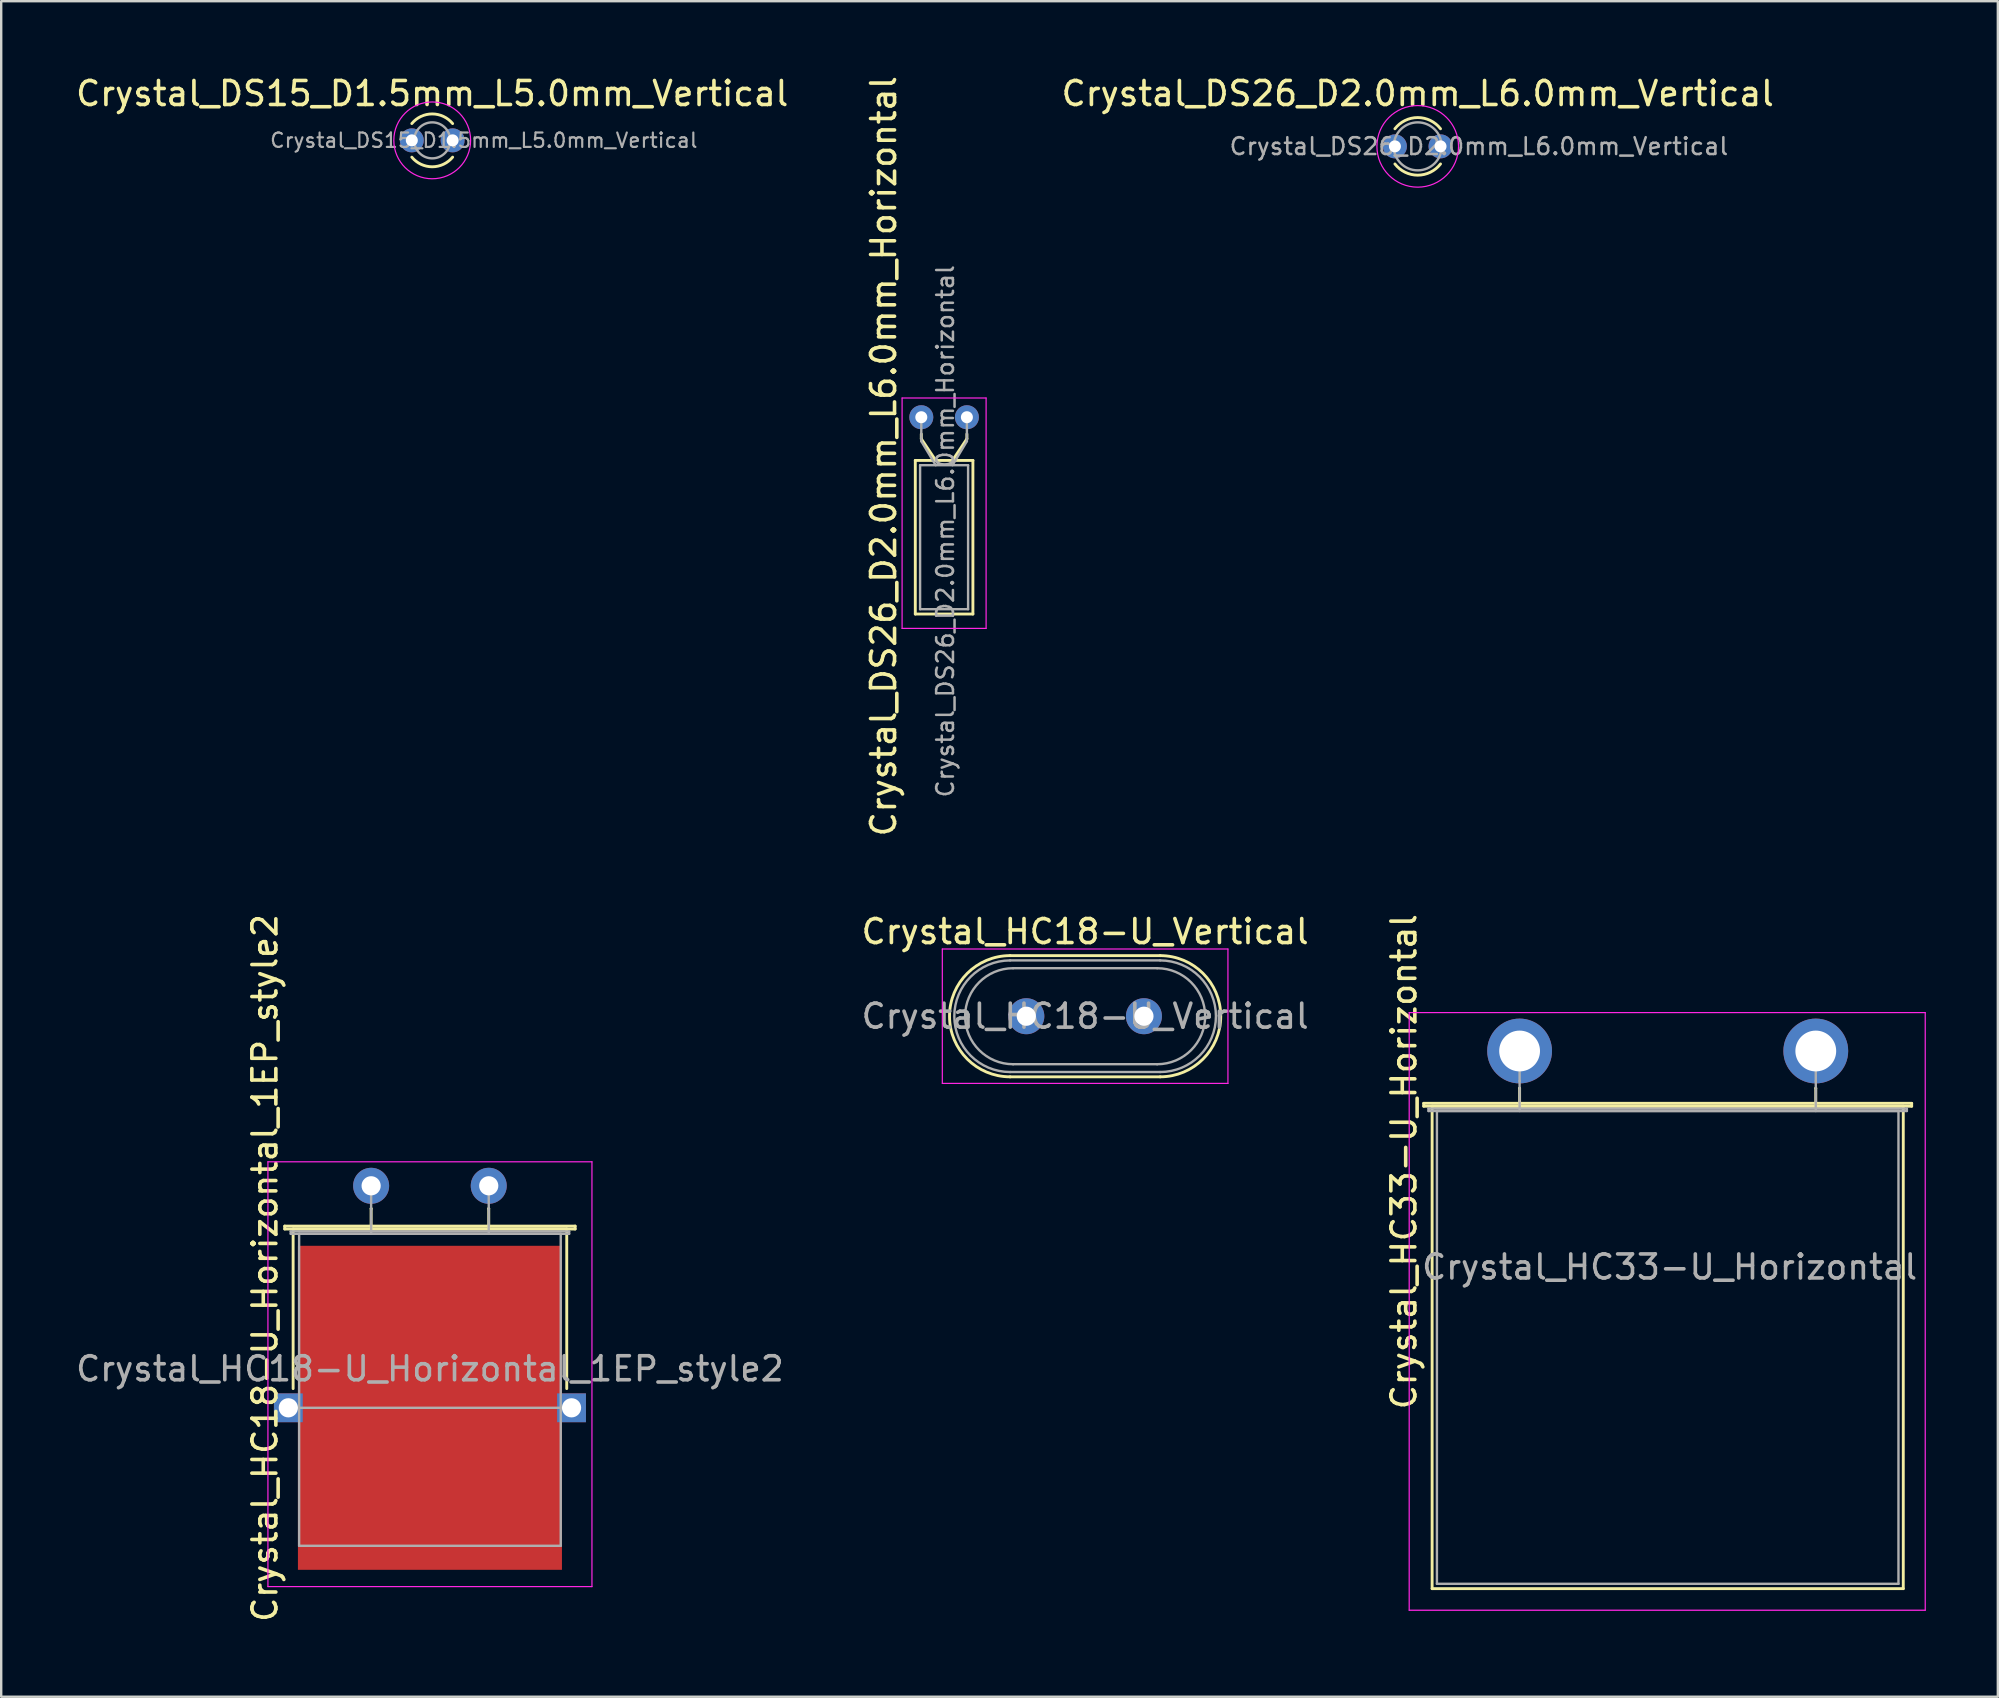
<source format=kicad_pcb>
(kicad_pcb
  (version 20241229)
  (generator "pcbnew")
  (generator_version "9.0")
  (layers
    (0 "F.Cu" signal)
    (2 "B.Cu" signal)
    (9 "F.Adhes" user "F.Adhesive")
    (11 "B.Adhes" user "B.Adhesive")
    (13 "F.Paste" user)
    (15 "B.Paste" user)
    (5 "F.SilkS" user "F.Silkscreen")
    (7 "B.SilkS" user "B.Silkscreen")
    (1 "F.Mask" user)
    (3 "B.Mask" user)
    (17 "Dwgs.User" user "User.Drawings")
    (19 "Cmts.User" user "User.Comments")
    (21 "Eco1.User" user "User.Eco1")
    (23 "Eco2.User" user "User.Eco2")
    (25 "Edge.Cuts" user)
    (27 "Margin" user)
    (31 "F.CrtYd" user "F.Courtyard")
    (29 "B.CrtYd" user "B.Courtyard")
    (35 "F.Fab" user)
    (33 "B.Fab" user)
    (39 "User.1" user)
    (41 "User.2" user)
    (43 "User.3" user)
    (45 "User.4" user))
  (footprint "Crystal_DS26_D2.0mm_L6.0mm_Horizontal"
    (layer "F.Cu")
    (at 35.335 14.333)
    (property "Reference" "Crystal_DS26_D2.0mm_L6.0mm_Horizontal" (at -1.57 1.625 90) (layer "F.SilkS") (effects (font (size 1 1) (thickness 0.15))))
    (attr through_hole)
    (fp_line (start -0.25 1.8) (end -0.25 8.2) (stroke (width 0.12) (type solid)) (layer "F.SilkS"))
    (fp_line (start -0.25 8.2) (end 2.15 8.2) (stroke (width 0.12) (type solid)) (layer "F.SilkS"))
    (fp_line (start 0 0.9) (end 0 0.7) (stroke (width 0.12) (type solid)) (layer "F.SilkS"))
    (fp_line (start 0.6 1.8) (end 0 0.9) (stroke (width 0.12) (type solid)) (layer "F.SilkS"))
    (fp_line (start 1.3 1.8) (end 1.9 0.9) (stroke (width 0.12) (type solid)) (layer "F.SilkS"))
    (fp_line (start 1.9 0.9) (end 1.9 0.7) (stroke (width 0.12) (type solid)) (layer "F.SilkS"))
    (fp_line (start 2.15 1.8) (end -0.25 1.8) (stroke (width 0.12) (type solid)) (layer "F.SilkS"))
    (fp_line (start 2.15 8.2) (end 2.15 1.8) (stroke (width 0.12) (type solid)) (layer "F.SilkS"))
    (fp_line (start -0.8 -0.8) (end -0.8 8.8) (stroke (width 0.05) (type solid)) (layer "F.CrtYd"))
    (fp_line (start -0.8 8.8) (end 2.7 8.8) (stroke (width 0.05) (type solid)) (layer "F.CrtYd"))
    (fp_line (start 2.7 -0.8) (end -0.8 -0.8) (stroke (width 0.05) (type solid)) (layer "F.CrtYd"))
    (fp_line (start 2.7 8.8) (end 2.7 -0.8) (stroke (width 0.05) (type solid)) (layer "F.CrtYd"))
    (fp_line (start -0.05 2) (end -0.05 8) (stroke (width 0.1) (type solid)) (layer "F.Fab"))
    (fp_line (start -0.05 8) (end 1.95 8) (stroke (width 0.1) (type solid)) (layer "F.Fab"))
    (fp_line (start 0 1) (end 0 0) (stroke (width 0.1) (type solid)) (layer "F.Fab"))
    (fp_line (start 0.6 2) (end 0 1) (stroke (width 0.1) (type solid)) (layer "F.Fab"))
    (fp_line (start 1.3 2) (end 1.9 1) (stroke (width 0.1) (type solid)) (layer "F.Fab"))
    (fp_line (start 1.9 1) (end 1.9 0) (stroke (width 0.1) (type solid)) (layer "F.Fab"))
    (fp_line (start 1.95 2) (end -0.05 2) (stroke (width 0.1) (type solid)) (layer "F.Fab"))
    (fp_line (start 1.95 8) (end 1.95 2) (stroke (width 0.1) (type solid)) (layer "F.Fab"))
    (fp_text user "${REFERENCE}" (at 1 4.75 90) (layer "F.Fab") (effects (font (size 0.7 0.7) (thickness 0.105))))
    (pad "1" thru_hole circle (at 0 0) (size 1 1) (drill 0.5) (layers "*.Cu" "*.Mask"))
    (pad "2" thru_hole circle (at 1.9 0) (size 1 1) (drill 0.5) (layers "*.Cu" "*.Mask")))
  (footprint "Crystal_HC33-U_Horizontal"
    (layer "F.Cu")
    (at 60.263 40.739)
    (property "Reference" "Crystal_HC33-U_Horizontal" (at -4.82 4.612 90) (layer "F.SilkS") (effects (font (size 1 1) (thickness 0.15))))
    (attr through_hole)
    (fp_line (start -3.995 2.18) (end 16.335 2.18) (stroke (width 0.12) (type solid)) (layer "F.SilkS"))
    (fp_line (start -3.995 2.3) (end -3.995 2.18) (stroke (width 0.12) (type solid)) (layer "F.SilkS"))
    (fp_line (start -3.645 2.3) (end -3.645 22.4) (stroke (width 0.12) (type solid)) (layer "F.SilkS"))
    (fp_line (start -3.645 22.4) (end 15.985 22.4) (stroke (width 0.12) (type solid)) (layer "F.SilkS"))
    (fp_line (start 0 1.55) (end 0 1.55) (stroke (width 0.12) (type solid)) (layer "F.SilkS"))
    (fp_line (start 0 2.3) (end 0 1.55) (stroke (width 0.12) (type solid)) (layer "F.SilkS"))
    (fp_line (start 12.34 1.55) (end 12.34 1.55) (stroke (width 0.12) (type solid)) (layer "F.SilkS"))
    (fp_line (start 12.34 2.3) (end 12.34 1.55) (stroke (width 0.12) (type solid)) (layer "F.SilkS"))
    (fp_line (start 15.985 2.3) (end -3.645 2.3) (stroke (width 0.12) (type solid)) (layer "F.SilkS"))
    (fp_line (start 15.985 22.4) (end 15.985 2.3) (stroke (width 0.12) (type solid)) (layer "F.SilkS"))
    (fp_line (start 16.335 2.18) (end 16.335 2.3) (stroke (width 0.12) (type solid)) (layer "F.SilkS"))
    (fp_line (start 16.335 2.3) (end -3.995 2.3) (stroke (width 0.12) (type solid)) (layer "F.SilkS"))
    (fp_line (start -4.6 -1.6) (end -4.6 23.3) (stroke (width 0.05) (type solid)) (layer "F.CrtYd"))
    (fp_line (start -4.6 23.3) (end 16.9 23.3) (stroke (width 0.05) (type solid)) (layer "F.CrtYd"))
    (fp_line (start 16.9 -1.6) (end -4.6 -1.6) (stroke (width 0.05) (type solid)) (layer "F.CrtYd"))
    (fp_line (start 16.9 23.3) (end 16.9 -1.6) (stroke (width 0.05) (type solid)) (layer "F.CrtYd"))
    (fp_line (start -3.795 2.4) (end 16.135 2.4) (stroke (width 0.1) (type solid)) (layer "F.Fab"))
    (fp_line (start -3.795 2.5) (end -3.795 2.4) (stroke (width 0.1) (type solid)) (layer "F.Fab"))
    (fp_line (start -3.445 2.5) (end -3.445 22.2) (stroke (width 0.1) (type solid)) (layer "F.Fab"))
    (fp_line (start -3.445 22.2) (end 15.785 22.2) (stroke (width 0.1) (type solid)) (layer "F.Fab"))
    (fp_line (start 0 1.25) (end 0 0) (stroke (width 0.1) (type solid)) (layer "F.Fab"))
    (fp_line (start 0 2.5) (end 0 1.25) (stroke (width 0.1) (type solid)) (layer "F.Fab"))
    (fp_line (start 12.34 1.25) (end 12.34 0) (stroke (width 0.1) (type solid)) (layer "F.Fab"))
    (fp_line (start 12.34 2.5) (end 12.34 1.25) (stroke (width 0.1) (type solid)) (layer "F.Fab"))
    (fp_line (start 15.785 2.5) (end -3.445 2.5) (stroke (width 0.1) (type solid)) (layer "F.Fab"))
    (fp_line (start 15.785 22.2) (end 15.785 2.5) (stroke (width 0.1) (type solid)) (layer "F.Fab"))
    (fp_line (start 16.135 2.4) (end 16.135 2.5) (stroke (width 0.1) (type solid)) (layer "F.Fab"))
    (fp_line (start 16.135 2.5) (end -3.795 2.5) (stroke (width 0.1) (type solid)) (layer "F.Fab"))
    (fp_text user "${REFERENCE}" (at 6.25 9 0) (layer "F.Fab") (effects (font (size 1 1) (thickness 0.15))))
    (pad "1" thru_hole circle (at 0 0) (size 2.7 2.7) (drill 1.7) (layers "*.Cu" "*.Mask"))
    (pad "2" thru_hole circle (at 12.34 0) (size 2.7 2.7) (drill 1.7) (layers "*.Cu" "*.Mask")))
  (footprint "Crystal_HC18-U_Vertical"
    (layer "F.Cu")
    (at 39.711 39.29)
    (property "Reference" "Crystal_HC18-U_Vertical" (at 2.45 -3.525 0) (layer "F.SilkS") (effects (font (size 1 1) (thickness 0.15))))
    (attr through_hole)
    (fp_line (start -0.675 -2.525) (end 5.575 -2.525) (stroke (width 0.12) (type solid)) (layer "F.SilkS"))
    (fp_line (start -0.675 2.525) (end 5.575 2.525) (stroke (width 0.12) (type solid)) (layer "F.SilkS"))
    (fp_arc (start -0.675 2.525) (mid -3.2 0) (end -0.675 -2.525) (stroke (width 0.12) (type solid)) (layer "F.SilkS"))
    (fp_arc (start 5.575 -2.525) (mid 8.1 0) (end 5.575 2.525) (stroke (width 0.12) (type solid)) (layer "F.SilkS"))
    (fp_line (start -3.5 -2.8) (end -3.5 2.8) (stroke (width 0.05) (type solid)) (layer "F.CrtYd"))
    (fp_line (start -3.5 2.8) (end 8.4 2.8) (stroke (width 0.05) (type solid)) (layer "F.CrtYd"))
    (fp_line (start 8.4 -2.8) (end -3.5 -2.8) (stroke (width 0.05) (type solid)) (layer "F.CrtYd"))
    (fp_line (start 8.4 2.8) (end 8.4 -2.8) (stroke (width 0.05) (type solid)) (layer "F.CrtYd"))
    (fp_line (start -0.675 -2.325) (end 5.575 -2.325) (stroke (width 0.1) (type solid)) (layer "F.Fab"))
    (fp_line (start -0.675 2.325) (end 5.575 2.325) (stroke (width 0.1) (type solid)) (layer "F.Fab"))
    (fp_line (start -0.55 -2) (end 5.45 -2) (stroke (width 0.1) (type solid)) (layer "F.Fab"))
    (fp_line (start -0.55 2) (end 5.45 2) (stroke (width 0.1) (type solid)) (layer "F.Fab"))
    (fp_arc (start -0.675 2.325) (mid -3 0) (end -0.675 -2.325) (stroke (width 0.1) (type solid)) (layer "F.Fab"))
    (fp_arc (start -0.55 2) (mid -2.55 0) (end -0.55 -2) (stroke (width 0.1) (type solid)) (layer "F.Fab"))
    (fp_arc (start 5.45 -2) (mid 7.45 0) (end 5.45 2) (stroke (width 0.1) (type solid)) (layer "F.Fab"))
    (fp_arc (start 5.575 -2.325) (mid 7.9 0) (end 5.575 2.325) (stroke (width 0.1) (type solid)) (layer "F.Fab"))
    (fp_text user "${REFERENCE}" (at 2.45 0 0) (layer "F.Fab") (effects (font (size 1 1) (thickness 0.15))))
    (pad "1" thru_hole circle (at 0 0) (size 1.5 1.5) (drill 0.8) (layers "*.Cu" "*.Mask"))
    (pad "2" thru_hole circle (at 4.9 0) (size 1.5 1.5) (drill 0.8) (layers "*.Cu" "*.Mask")))
  (footprint "Crystal_DS15_D1.5mm_L5.0mm_Vertical"
    (layer "F.Cu")
    (at 14.108 2.798)
    (property "Reference" "Crystal_DS15_D1.5mm_L5.0mm_Vertical" (at 0.85 -1.95 0) (layer "F.SilkS") (effects (font (size 1 1) (thickness 0.15))))
    (attr through_hole)
    (fp_arc (start 0 -0.7) (mid 0.850432 -1.101136) (end 1.700549 -0.699333) (stroke (width 0.12) (type solid)) (layer "F.SilkS"))
    (fp_arc (start 1.700549 0.699333) (mid 0.850432 1.101136) (end 0 0.7) (stroke (width 0.12) (type solid)) (layer "F.SilkS"))
    (fp_circle (center 0.85 0) (end 2.45 0) (stroke (width 0.05) (type solid)) (fill no) (layer "F.CrtYd"))
    (fp_circle (center 0.85 0) (end 1.6 0) (stroke (width 0.1) (type solid)) (fill no) (layer "F.Fab"))
    (fp_text user "${REFERENCE}" (at 3 0 0) (layer "F.Fab") (effects (font (size 0.6 0.6) (thickness 0.09))))
    (pad "1" thru_hole circle (at 0 0) (size 1 1) (drill 0.5) (layers "*.Cu" "*.Mask"))
    (pad "2" thru_hole circle (at 1.7 0) (size 1 1) (drill 0.5) (layers "*.Cu" "*.Mask")))
  (footprint "Crystal_DS26_D2.0mm_L6.0mm_Vertical"
    (layer "F.Cu")
    (at 55.068 3.048)
    (property "Reference" "Crystal_DS26_D2.0mm_L6.0mm_Vertical" (at 0.95 -2.2 0) (layer "F.SilkS") (effects (font (size 1 1) (thickness 0.15))))
    (attr through_hole)
    (fp_arc (start 0 -0.733144) (mid 0.950178 -1.2) (end 1.900217 -0.732863) (stroke (width 0.12) (type solid)) (layer "F.SilkS"))
    (fp_arc (start 1.900217 0.732863) (mid 0.950178 1.2) (end 0 0.733144) (stroke (width 0.12) (type solid)) (layer "F.SilkS"))
    (fp_circle (center 0.95 0) (end 2.65 0) (stroke (width 0.05) (type solid)) (fill no) (layer "F.CrtYd"))
    (fp_circle (center 0.95 0) (end 1.95 0) (stroke (width 0.1) (type solid)) (fill no) (layer "F.Fab"))
    (fp_text user "${REFERENCE}" (at 3.5 0 0) (layer "F.Fab") (effects (font (size 0.7 0.7) (thickness 0.105))))
    (pad "1" thru_hole circle (at 0 0) (size 1 1) (drill 0.5) (layers "*.Cu" "*.Mask"))
    (pad "2" thru_hole circle (at 1.9 0) (size 1 1) (drill 0.5) (layers "*.Cu" "*.Mask")))
  (footprint "Crystal_HC18-U_Horizontal_1EP_style2"
    (layer "F.Cu")
    (at 12.413 46.355)
    (property "Reference" "Crystal_HC18-U_Horizontal_1EP_style2" (at -4.425 3.425 90) (layer "F.SilkS") (effects (font (size 1 1) (thickness 0.15))))
    (attr through_hole)
    (fp_line (start -3.6 1.68) (end 8.5 1.68) (stroke (width 0.12) (type solid)) (layer "F.SilkS"))
    (fp_line (start -3.6 1.8) (end -3.6 1.68) (stroke (width 0.12) (type solid)) (layer "F.SilkS"))
    (fp_line (start -3.25 1.8) (end 8.15 1.8) (stroke (width 0.12) (type solid)) (layer "F.SilkS"))
    (fp_line (start -3.25 8.45) (end -3.25 1.8) (stroke (width 0.12) (type solid)) (layer "F.SilkS"))
    (fp_line (start 0 0.95) (end 0 0.95) (stroke (width 0.12) (type solid)) (layer "F.SilkS"))
    (fp_line (start 0 1.8) (end 0 0.95) (stroke (width 0.12) (type solid)) (layer "F.SilkS"))
    (fp_line (start 4.9 0.95) (end 4.9 0.95) (stroke (width 0.12) (type solid)) (layer "F.SilkS"))
    (fp_line (start 4.9 1.8) (end 4.9 0.95) (stroke (width 0.12) (type solid)) (layer "F.SilkS"))
    (fp_line (start 8.15 1.8) (end 8.15 8.45) (stroke (width 0.12) (type solid)) (layer "F.SilkS"))
    (fp_line (start 8.5 1.68) (end 8.5 1.8) (stroke (width 0.12) (type solid)) (layer "F.SilkS"))
    (fp_line (start 8.5 1.8) (end -3.6 1.8) (stroke (width 0.12) (type solid)) (layer "F.SilkS"))
    (fp_line (start -4.3 -1) (end -4.3 16.7) (stroke (width 0.05) (type solid)) (layer "F.CrtYd"))
    (fp_line (start -4.3 16.7) (end 9.2 16.7) (stroke (width 0.05) (type solid)) (layer "F.CrtYd"))
    (fp_line (start 9.2 -1) (end -4.3 -1) (stroke (width 0.05) (type solid)) (layer "F.CrtYd"))
    (fp_line (start 9.2 16.7) (end 9.2 -1) (stroke (width 0.05) (type solid)) (layer "F.CrtYd"))
    (fp_line (start -3.45 9.25) (end 8.35 9.25) (stroke (width 0.1) (type solid)) (layer "F.Fab"))
    (fp_line (start -3.35 1.9) (end 8.25 1.9) (stroke (width 0.1) (type solid)) (layer "F.Fab"))
    (fp_line (start -3.35 2) (end -3.35 1.9) (stroke (width 0.1) (type solid)) (layer "F.Fab"))
    (fp_line (start -3 2) (end -3 15) (stroke (width 0.1) (type solid)) (layer "F.Fab"))
    (fp_line (start -3 15) (end 7.9 15) (stroke (width 0.1) (type solid)) (layer "F.Fab"))
    (fp_line (start 0 1) (end 0 0) (stroke (width 0.1) (type solid)) (layer "F.Fab"))
    (fp_line (start 0 2) (end 0 1) (stroke (width 0.1) (type solid)) (layer "F.Fab"))
    (fp_line (start 4.9 1) (end 4.9 0) (stroke (width 0.1) (type solid)) (layer "F.Fab"))
    (fp_line (start 4.9 2) (end 4.9 1) (stroke (width 0.1) (type solid)) (layer "F.Fab"))
    (fp_line (start 7.9 2) (end -3 2) (stroke (width 0.1) (type solid)) (layer "F.Fab"))
    (fp_line (start 7.9 15) (end 7.9 2) (stroke (width 0.1) (type solid)) (layer "F.Fab"))
    (fp_line (start 8.25 1.9) (end 8.25 2) (stroke (width 0.1) (type solid)) (layer "F.Fab"))
    (fp_line (start 8.25 2) (end -3.35 2) (stroke (width 0.1) (type solid)) (layer "F.Fab"))
    (fp_text user "${REFERENCE}" (at 2.45 7.625 0) (layer "F.Fab") (effects (font (size 1 1) (thickness 0.15))))
    (pad "1" thru_hole circle (at 0 0) (size 1.5 1.5) (drill 0.8) (layers "*.Cu" "*.Mask"))
    (pad "2" thru_hole circle (at 4.9 0) (size 1.5 1.5) (drill 0.8) (layers "*.Cu" "*.Mask"))
    (pad "3" thru_hole rect (at -3.45 9.25) (size 1.2 1.2) (drill 0.8) (layers "*.Cu" "*.Mask"))
    (pad "3" smd rect (at 2.45 9.25) (size 11 13.5) (layers "F.Cu" "F.Mask" "F.Paste"))
    (pad "3" thru_hole rect (at 8.35 9.25) (size 1.2 1.2) (drill 0.8) (layers "*.Cu" "*.Mask")))
  (gr_rect
    (start -3 -3)
    (end 80.188 67.643)
    (stroke (width 0.1) (type default))
    (fill no)
    (layer "Edge.Cuts")))
</source>
